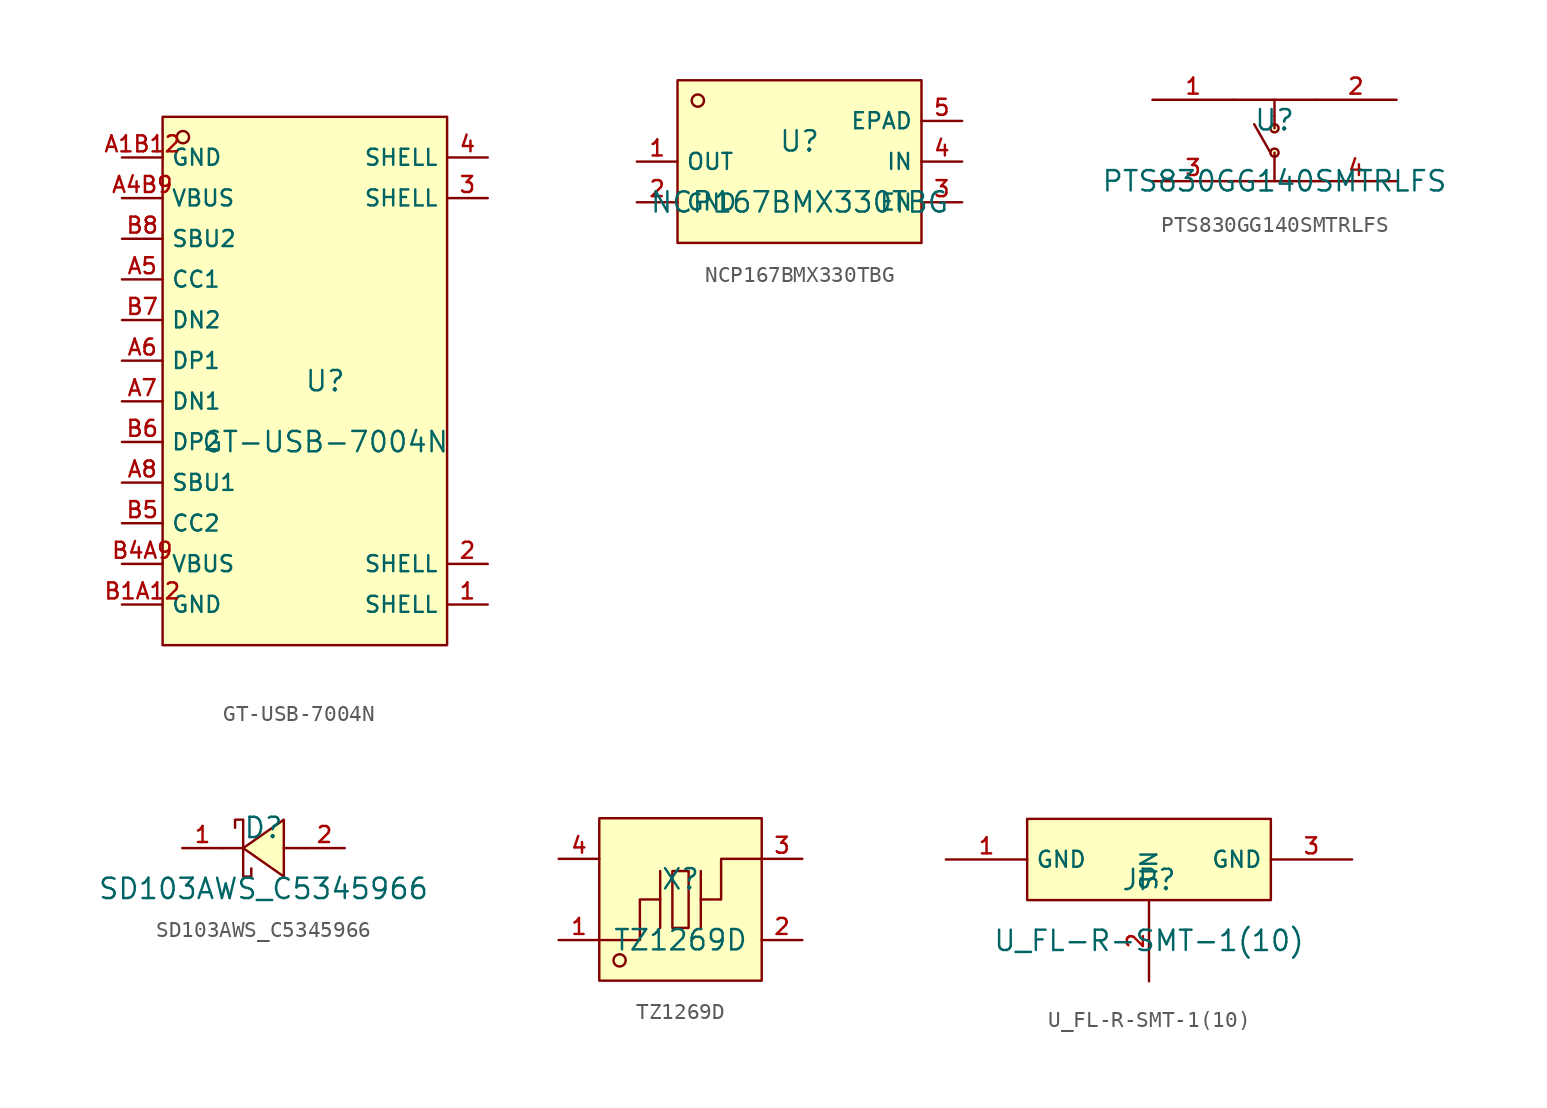
<source format=kicad_sym>
(kicad_symbol_lib
  (version 20210201)
  (generator TousstNicolas/JLC2KiCad_lib)
  (symbol "GT-USB-7004N"
    (property "Reference" "U"
      (at 0 1.27 0)
      (effects (font (size 1.27 1.27))))
    (property "Value" "GT-USB-7004N"
      (at 0 -2.54 0)
      (effects (font (size 1.27 1.27))))
    (symbol "GT-USB-7004N_0_1"
      (rectangle (start -10.16 17.78) (end 7.62 -15.24) (stroke (width 0) (type default) (color 0 0 0 0)) (fill (type background)))
      (circle (center -8.89 16.51) (radius 0.381) (stroke (width 0) (type default) (color 0 0 0 0)) (fill (type background)))
      (pin unspecified line (at -12.7 15.24 0) (length 2.54) (name "GND" (effects (font (size 1 1)))) (number "A1B12" (effects (font (size 1 1)))))
      (pin unspecified line (at -12.7 12.7 0) (length 2.54) (name "VBUS" (effects (font (size 1 1)))) (number "A4B9" (effects (font (size 1 1)))))
      (pin unspecified line (at -12.7 10.16 0) (length 2.54) (name "SBU2" (effects (font (size 1 1)))) (number "B8" (effects (font (size 1 1)))))
      (pin unspecified line (at -12.7 7.62 0) (length 2.54) (name "CC1" (effects (font (size 1 1)))) (number "A5" (effects (font (size 1 1)))))
      (pin unspecified line (at -12.7 5.08 0) (length 2.54) (name "DN2" (effects (font (size 1 1)))) (number "B7" (effects (font (size 1 1)))))
      (pin unspecified line (at -12.7 2.54 0) (length 2.54) (name "DP1" (effects (font (size 1 1)))) (number "A6" (effects (font (size 1 1)))))
      (pin unspecified line (at -12.7 -0.0 0) (length 2.54) (name "DN1" (effects (font (size 1 1)))) (number "A7" (effects (font (size 1 1)))))
      (pin unspecified line (at -12.7 -2.54 0) (length 2.54) (name "DP2" (effects (font (size 1 1)))) (number "B6" (effects (font (size 1 1)))))
      (pin unspecified line (at -12.7 -5.08 0) (length 2.54) (name "SBU1" (effects (font (size 1 1)))) (number "A8" (effects (font (size 1 1)))))
      (pin unspecified line (at -12.7 -7.62 0) (length 2.54) (name "CC2" (effects (font (size 1 1)))) (number "B5" (effects (font (size 1 1)))))
      (pin unspecified line (at -12.7 -10.16 0) (length 2.54) (name "VBUS" (effects (font (size 1 1)))) (number "B4A9" (effects (font (size 1 1)))))
      (pin unspecified line (at -12.7 -12.7 0) (length 2.54) (name "GND" (effects (font (size 1 1)))) (number "B1A12" (effects (font (size 1 1)))))
      (pin unspecified line (at 10.16 -12.7 180) (length 2.54) (name "SHELL" (effects (font (size 1 1)))) (number "1" (effects (font (size 1 1)))))
      (pin unspecified line (at 10.16 -10.16 180) (length 2.54) (name "SHELL" (effects (font (size 1 1)))) (number "2" (effects (font (size 1 1)))))
      (pin unspecified line (at 10.16 12.7 180) (length 2.54) (name "SHELL" (effects (font (size 1 1)))) (number "3" (effects (font (size 1 1)))))
      (pin unspecified line (at 10.16 15.24 180) (length 2.54) (name "SHELL" (effects (font (size 1 1)))) (number "4" (effects (font (size 1 1)))))))
  (symbol "NCP167BMX330TBG"
    (property "Reference" "U"
      (at 0 1.27 0)
      (effects (font (size 1.27 1.27))))
    (property "Value" "NCP167BMX330TBG"
      (at 0 -2.54 0)
      (effects (font (size 1.27 1.27))))
    (symbol "NCP167BMX330TBG_0_1"
      (rectangle (start -7.62 5.08) (end 7.62 -5.08) (stroke (width 0) (type default) (color 0 0 0 0)) (fill (type background)))
      (circle (center -6.35 3.81) (radius 0.381) (stroke (width 0) (type default) (color 0 0 0 0)) (fill (type background)))
      (pin unspecified line (at -10.16 -0.0 0) (length 2.54) (name "OUT" (effects (font (size 1 1)))) (number "1" (effects (font (size 1 1)))))
      (pin unspecified line (at -10.16 -2.54 0) (length 2.54) (name "GND" (effects (font (size 1 1)))) (number "2" (effects (font (size 1 1)))))
      (pin unspecified line (at 10.16 -2.54 180) (length 2.54) (name "EN" (effects (font (size 1 1)))) (number "3" (effects (font (size 1 1)))))
      (pin unspecified line (at 10.16 -0.0 180) (length 2.54) (name "IN" (effects (font (size 1 1)))) (number "4" (effects (font (size 1 1)))))
      (pin unspecified line (at 10.16 2.54 180) (length 2.54) (name "EPAD" (effects (font (size 1 1)))) (number "5" (effects (font (size 1 1)))))))
  (symbol "PTS830GG140SMTRLFS"
    (pin_names hide)
    (property "Reference" "U"
      (at 0 1.27 0)
      (effects (font (size 1.27 1.27))))
    (property "Value" "PTS830GG140SMTRLFS"
      (at 0 -2.54 0)
      (effects (font (size 1.27 1.27))))
    (symbol "PTS830GG140SMTRLFS_0_1"
      (polyline (pts (xy -2.54 2.54) (xy 2.54 2.54)) (stroke (width 0) (type default) (color 0 0 0 0)) (fill (type none)))
      (polyline (pts (xy -2.54 -2.54) (xy 2.54 -2.54)) (stroke (width 0) (type default) (color 0 0 0 0)) (fill (type none)))
      (polyline (pts (xy 0.0 2.54) (xy 0.0 1.524)) (stroke (width 0) (type default) (color 0 0 0 0)) (fill (type none)))
      (polyline (pts (xy 0.0 -2.54) (xy 0.0 -0.762)) (stroke (width 0) (type default) (color 0 0 0 0)) (fill (type none)))
      (polyline (pts (xy 0.0 1.524) (xy 0.0 0.762)) (stroke (width 0) (type default) (color 0 0 0 0)) (fill (type none)))
      (polyline (pts (xy -1.27 1.016) (xy -0.254 -0.762)) (stroke (width 0) (type default) (color 0 0 0 0)) (fill (type none)))
      (pin unspecified line (at -7.62 2.54 0) (length 5.08) (name "1" (effects (font (size 1 1)))) (number "1" (effects (font (size 1 1)))))
      (pin unspecified line (at 7.62 2.54 180) (length 5.08) (name "2" (effects (font (size 1 1)))) (number "2" (effects (font (size 1 1)))))
      (pin unspecified line (at -7.62 -2.54 0) (length 5.08) (name "3" (effects (font (size 1 1)))) (number "3" (effects (font (size 1 1)))))
      (pin unspecified line (at 7.62 -2.54 180) (length 5.08) (name "4" (effects (font (size 1 1)))) (number "4" (effects (font (size 1 1)))))
      (circle (center 0.0 -0.762) (radius 0.254) (stroke (width 0) (type default) (color 0 0 0 0)) (fill (type background)))
      (circle (center 0.0 0.762) (radius 0.254) (stroke (width 0) (type default) (color 0 0 0 0)) (fill (type background)))))
  (symbol "SD103AWS_C5345966"
    (pin_names hide)
    (property "Reference" "D"
      (at 0 1.27 0)
      (effects (font (size 1.27 1.27))))
    (property "Value" "SD103AWS_C5345966"
      (at 0 -2.54 0)
      (effects (font (size 1.27 1.27))))
    (symbol "SD103AWS_C5345966_0_1"
      (pin unspecified line (at 5.08 -0.0 180) (length 2.54) (name "A" (effects (font (size 1 1)))) (number "2" (effects (font (size 1 1)))))
      (pin unspecified line (at -5.08 -0.0 0) (length 2.54) (name "K" (effects (font (size 1 1)))) (number "1" (effects (font (size 1 1)))))
      (polyline (pts (xy -1.778 1.27) (xy -1.778 1.778) (xy -1.27 1.778) (xy -1.27 -1.778) (xy -0.762 -1.778) (xy -0.762 -1.27)) (stroke (width 0) (type default) (color 0 0 0 0)) (fill (type none)))
      (polyline (pts (xy 2.54 -0.0) (xy 1.27 -0.0)) (stroke (width 0) (type default) (color 0 0 0 0)) (fill (type none)))
      (polyline (pts (xy -1.27 -0.0) (xy -2.54 -0.0)) (stroke (width 0) (type default) (color 0 0 0 0)) (fill (type none)))
      (polyline (pts (xy 1.27 1.778) (xy -1.27 -0.0) (xy 1.27 -1.778) (xy 1.27 1.778)) (stroke (width 0) (type default) (color 0 0 0 0)) (fill (type background)))))
  (symbol "TZ1269D"
    (pin_names hide)
    (property "Reference" "X"
      (at 0 1.27 0)
      (effects (font (size 1.27 1.27))))
    (property "Value" "TZ1269D"
      (at 0 -2.54 0)
      (effects (font (size 1.27 1.27))))
    (symbol "TZ1269D_0_1"
      (pin input line (at -7.62 -2.54 0) (length 2.54) (name "1" (effects (font (size 1 1)))) (number "1" (effects (font (size 1 1)))))
      (pin input line (at 7.62 2.54 180) (length 2.54) (name "3" (effects (font (size 1 1)))) (number "3" (effects (font (size 1 1)))))
      (pin input line (at -7.62 2.54 0) (length 2.54) (name "GND" (effects (font (size 1 1)))) (number "4" (effects (font (size 1 1)))))
      (pin input line (at 7.62 -2.54 180) (length 2.54) (name "GND" (effects (font (size 1 1)))) (number "2" (effects (font (size 1 1)))))
      (rectangle (start -5.08 5.08) (end 5.08 -5.08) (stroke (width 0) (type default) (color 0 0 0 0)) (fill (type background)))
      (circle (center -3.81 -3.81) (radius 0.381) (stroke (width 0) (type default) (color 0 0 0 0)) (fill (type background)))
      (polyline (pts (xy -1.27 -1.778) (xy -1.27 1.778)) (stroke (width 0) (type default) (color 0 0 0 0)) (fill (type none)))
      (polyline (pts (xy 1.27 -1.778) (xy 1.27 1.778)) (stroke (width 0) (type default) (color 0 0 0 0)) (fill (type none)))
      (polyline (pts (xy -5.08 -2.54) (xy -2.54 -2.54) (xy -2.54 -0.0) (xy -1.27 -0.0)) (stroke (width 0) (type default) (color 0 0 0 0)) (fill (type none)))
      (polyline (pts (xy 5.08 2.54) (xy 2.54 2.54) (xy 2.54 -0.0) (xy 1.27 -0.0)) (stroke (width 0) (type default) (color 0 0 0 0)) (fill (type none)))
      (rectangle (start -0.508 1.778) (end 0.508 -1.778) (stroke (width 0) (type default) (color 0 0 0 0)) (fill (type background)))))
  (symbol "U_FL-R-SMT-1(10)"
    (property "Reference" "JP"
      (at 0 1.27 0)
      (effects (font (size 1.27 1.27))))
    (property "Value" "U_FL-R-SMT-1(10)"
      (at 0 -2.54 0)
      (effects (font (size 1.27 1.27))))
    (symbol "U_FL-R-SMT-1(10)_0_1"
      (rectangle (start -7.62 5.08) (end 7.62 -0.0) (stroke (width 0) (type default) (color 0 0 0 0)) (fill (type background)))
      (pin unspecified line (at -12.7 2.54 0) (length 5.08) (name "GND" (effects (font (size 1 1)))) (number "1" (effects (font (size 1 1)))))
      (pin unspecified line (at 0.0 -5.08 90) (length 5.08) (name "SIN" (effects (font (size 1 1)))) (number "2" (effects (font (size 1 1)))))
      (pin unspecified line (at 12.7 2.54 180) (length 5.08) (name "GND" (effects (font (size 1 1)))) (number "3" (effects (font (size 1 1))))))))
</source>
